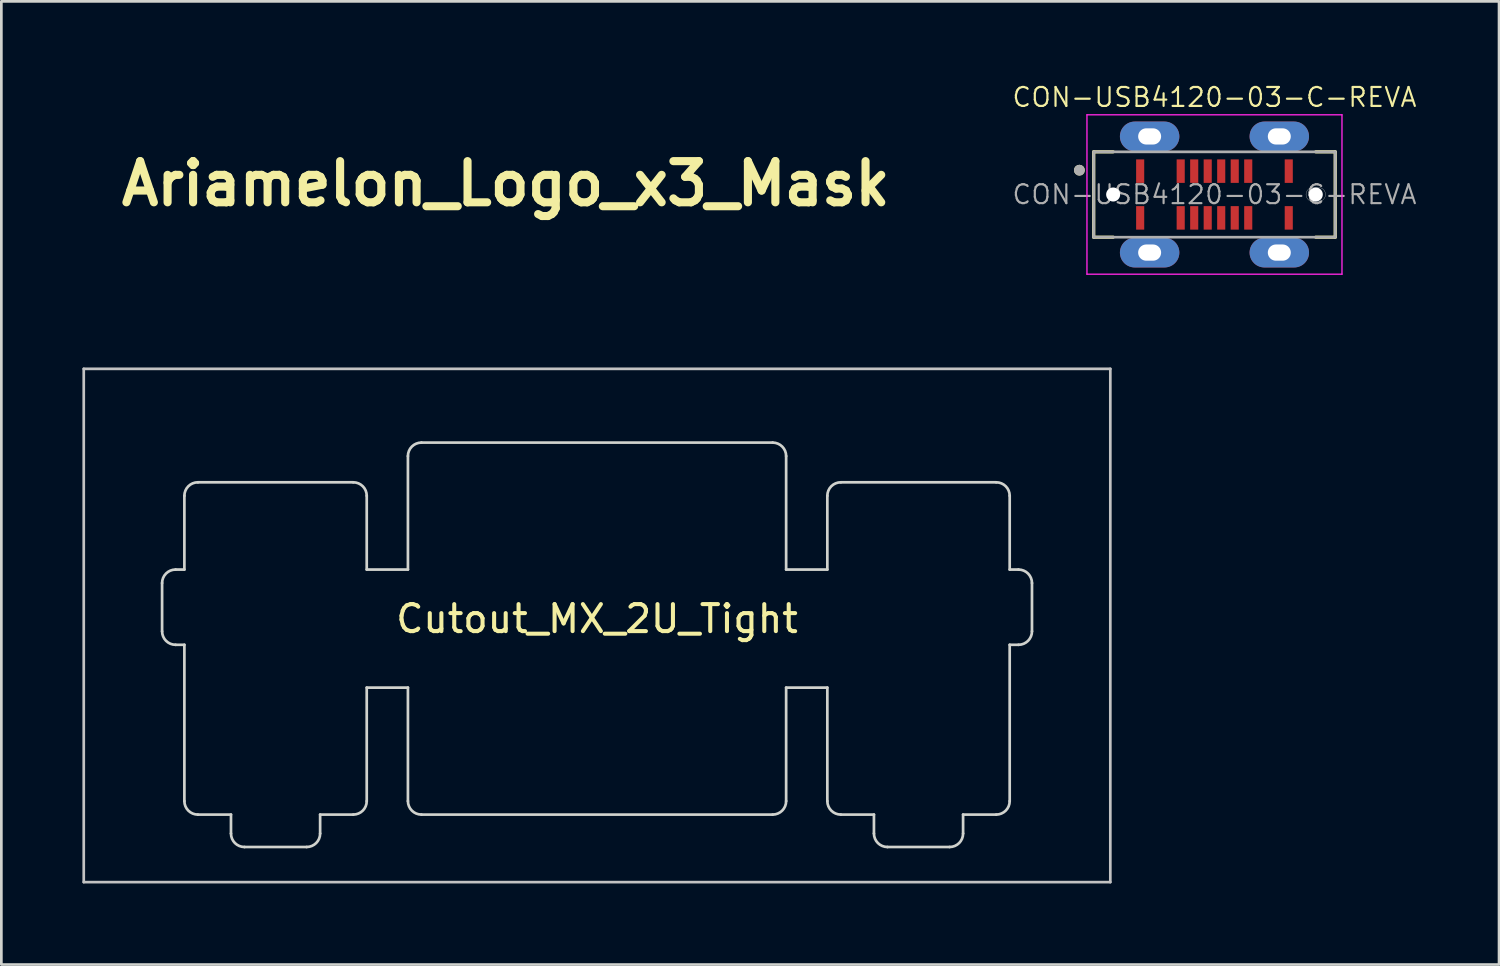
<source format=kicad_pcb>
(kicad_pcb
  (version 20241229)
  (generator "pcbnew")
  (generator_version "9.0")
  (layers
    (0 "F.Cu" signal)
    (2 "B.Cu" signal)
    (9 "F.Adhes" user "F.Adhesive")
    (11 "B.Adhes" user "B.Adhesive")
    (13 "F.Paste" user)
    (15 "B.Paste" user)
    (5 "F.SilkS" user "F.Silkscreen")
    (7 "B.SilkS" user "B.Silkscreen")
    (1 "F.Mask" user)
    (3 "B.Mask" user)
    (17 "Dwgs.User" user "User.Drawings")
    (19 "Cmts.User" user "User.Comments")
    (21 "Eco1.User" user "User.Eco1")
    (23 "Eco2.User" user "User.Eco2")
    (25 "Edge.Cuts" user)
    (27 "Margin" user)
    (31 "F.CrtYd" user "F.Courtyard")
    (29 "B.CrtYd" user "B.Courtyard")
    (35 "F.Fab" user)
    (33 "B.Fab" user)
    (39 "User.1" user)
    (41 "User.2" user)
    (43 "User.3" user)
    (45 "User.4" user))
  (footprint "CON-USB4120-03-C-REVA"
    (layer "F.Cu")
    (at 41.905 4.15)
    (property "Reference" "CON-USB4120-03-C-REVA" (at 0 -3.6 0) (layer "F.SilkS") (effects (font (size 0.7 0.7) (thickness 0.08))))
    (attr smd)
    (fp_line (start -4.47 -1.58) (end -4.47 1.58) (stroke (width 0.12) (type solid)) (layer "F.SilkS"))
    (fp_line (start -4.47 1.58) (end -3.75 1.58) (stroke (width 0.12) (type solid)) (layer "F.SilkS"))
    (fp_line (start -3.75 -1.58) (end -4.47 -1.58) (stroke (width 0.12) (type solid)) (layer "F.SilkS"))
    (fp_line (start 3.75 -1.58) (end 4.47 -1.58) (stroke (width 0.12) (type solid)) (layer "F.SilkS"))
    (fp_line (start 4.47 -1.58) (end 4.47 1.58) (stroke (width 0.12) (type solid)) (layer "F.SilkS"))
    (fp_line (start 4.47 1.58) (end 3.75 1.58) (stroke (width 0.12) (type solid)) (layer "F.SilkS"))
    (fp_circle (center -5 -0.9) (end -4.9 -0.9) (stroke (width 0.2) (type solid)) (fill no) (layer "F.SilkS"))
    (fp_line (start 3.65 -0.26) (end 3.85 -0.26) (stroke (width 0.01) (type solid)) (layer "Edge.Cuts"))
    (fp_line (start 3.85 0.26) (end 3.65 0.26) (stroke (width 0.01) (type solid)) (layer "Edge.Cuts"))
    (fp_arc (start 3.39 0) (mid 3.466152 -0.183848) (end 3.65 -0.26) (stroke (width 0.01) (type solid)) (layer "Edge.Cuts"))
    (fp_arc (start 3.65 0.26) (mid 3.466152 0.183848) (end 3.39 0) (stroke (width 0.01) (type solid)) (layer "Edge.Cuts"))
    (fp_arc (start 3.85 -0.26) (mid 4.033848 -0.183848) (end 4.11 0) (stroke (width 0.01) (type solid)) (layer "Edge.Cuts"))
    (fp_arc (start 4.11 0) (mid 4.033848 0.183848) (end 3.85 0.26) (stroke (width 0.01) (type solid)) (layer "Edge.Cuts"))
    (fp_line (start -4.72 -2.95) (end 4.72 -2.95) (stroke (width 0.05) (type solid)) (layer "F.CrtYd"))
    (fp_line (start -4.72 2.95) (end -4.72 -2.95) (stroke (width 0.05) (type solid)) (layer "F.CrtYd"))
    (fp_line (start 4.72 -2.95) (end 4.72 2.95) (stroke (width 0.05) (type solid)) (layer "F.CrtYd"))
    (fp_line (start 4.72 2.95) (end -4.72 2.95) (stroke (width 0.05) (type solid)) (layer "F.CrtYd"))
    (fp_line (start -4.47 -1.58) (end 4.47 -1.58) (stroke (width 0.1) (type solid)) (layer "F.Fab"))
    (fp_line (start -4.47 1.58) (end -4.47 -1.58) (stroke (width 0.1) (type solid)) (layer "F.Fab"))
    (fp_line (start 4.47 -1.58) (end 4.47 1.58) (stroke (width 0.1) (type solid)) (layer "F.Fab"))
    (fp_line (start 4.47 1.58) (end -4.47 1.58) (stroke (width 0.1) (type solid)) (layer "F.Fab"))
    (fp_circle (center -5 -0.9) (end -4.9 -0.9) (stroke (width 0.2) (type solid)) (fill no) (layer "F.Fab"))
    (fp_text user "${REFERENCE}" (at 0 0 0) (layer "F.Fab") (effects (font (size 0.7 0.7) (thickness 0.08))))
    (pad "" np_thru_hole circle (at -3.75 0) (size 0.52 0.52) (drill 0.52) (layers "*.Cu" "*.Mask"))
    (pad "" np_thru_hole circle (at 3.75 0) (size 0.52 0.52) (drill 0.52) (layers "*.Cu" "*.Mask"))
    (pad "A1" smd rect (at -2.75 -0.865) (size 0.3 0.87) (layers "F.Cu" "F.Mask" "F.Paste"))
    (pad "A4" smd rect (at -1.25 -0.865) (size 0.3 0.87) (layers "F.Cu" "F.Mask" "F.Paste"))
    (pad "A5" smd rect (at -0.75 -0.865) (size 0.3 0.87) (layers "F.Cu" "F.Mask" "F.Paste"))
    (pad "A6" smd rect (at -0.25 -0.865) (size 0.3 0.87) (layers "F.Cu" "F.Mask" "F.Paste"))
    (pad "A7" smd rect (at 0.25 -0.865) (size 0.3 0.87) (layers "F.Cu" "F.Mask" "F.Paste"))
    (pad "A8" smd rect (at 0.75 -0.865) (size 0.3 0.87) (layers "F.Cu" "F.Mask" "F.Paste"))
    (pad "A9" smd rect (at 1.25 -0.865) (size 0.3 0.87) (layers "F.Cu" "F.Mask" "F.Paste"))
    (pad "A12" smd rect (at 2.75 -0.865) (size 0.3 0.87) (layers "F.Cu" "F.Mask" "F.Paste"))
    (pad "B1" smd rect (at 2.75 0.865) (size 0.3 0.87) (layers "F.Cu" "F.Mask" "F.Paste"))
    (pad "B4" smd rect (at 1.25 0.865) (size 0.3 0.87) (layers "F.Cu" "F.Mask" "F.Paste"))
    (pad "B5" smd rect (at 0.75 0.865) (size 0.3 0.87) (layers "F.Cu" "F.Mask" "F.Paste"))
    (pad "B6" smd rect (at 0.25 0.865) (size 0.3 0.87) (layers "F.Cu" "F.Mask" "F.Paste"))
    (pad "B7" smd rect (at -0.25 0.865) (size 0.3 0.87) (layers "F.Cu" "F.Mask" "F.Paste"))
    (pad "B8" smd rect (at -0.75 0.865) (size 0.3 0.87) (layers "F.Cu" "F.Mask" "F.Paste"))
    (pad "B9" smd rect (at -1.25 0.865) (size 0.3 0.87) (layers "F.Cu" "F.Mask" "F.Paste"))
    (pad "B12" smd rect (at -2.75 0.865) (size 0.3 0.87) (layers "F.Cu" "F.Mask" "F.Paste"))
    (pad "S1" thru_hole oval (at -2.4 -2.15) (size 2.2 1.1) (drill oval 0.85 0.6) (layers "*.Cu" "*.Mask"))
    (pad "S1" thru_hole oval (at -2.4 2.15) (size 2.2 1.1) (drill oval 0.85 0.6) (layers "*.Cu" "*.Mask"))
    (pad "S1" thru_hole oval (at 2.4 -2.15) (size 2.2 1.1) (drill oval 0.85 0.6) (layers "*.Cu" "*.Mask"))
    (pad "S1" thru_hole oval (at 2.4 2.15) (size 2.2 1.1) (drill oval 0.85 0.6) (layers "*.Cu" "*.Mask")))
  (footprint "Ariamelon_Logo_x3_Mask"
    (layer "F.Cu")
    (at 15.672 3.749)
    (property "Reference" "Ariamelon_Logo_x3_Mask" (at 0 0 0) (layer "F.SilkS") (effects (font (size 1.524 1.524) (thickness 0.3))))
    (attr board_only exclude_from_pos_files exclude_from_bom)
    (fp_poly (pts (xy -9.737 0.085) (xy -9.772 0.236) (xy -9.906 0.254) (xy -10.115 0.161) (xy -10.075 0.085) (xy -9.774 0.054)) (stroke (width 0) (type solid)) (fill yes) (layer "F.Mask"))
    (fp_poly (pts (xy -9.483 -1.185) (xy -9.452 -0.884) (xy -9.483 -0.847) (xy -9.634 -0.882) (xy -9.652 -1.016) (xy -9.559 -1.225)) (stroke (width 0) (type solid)) (fill yes) (layer "F.Mask"))
    (fp_poly (pts (xy -12.7 1.143) (xy -12.458 1.371) (xy -12.446 1.412) (xy -12.643 1.521) (xy -12.7 1.524) (xy -12.944 1.329) (xy -12.954 1.255) (xy -12.798 1.103)) (stroke (width 0) (type solid)) (fill yes) (layer "F.Mask"))
    (fp_poly (pts (xy -10.942 0.139) (xy -10.922 0.224) (xy -11.107 0.583) (xy -11.176 0.635) (xy -11.41 0.623) (xy -11.43 0.538) (xy -11.245 0.179) (xy -11.176 0.127)) (stroke (width 0) (type solid)) (fill yes) (layer "F.Mask"))
    (fp_poly (pts (xy -8.469 -1.876) (xy -8.509 -1.778) (xy -8.737 -1.536) (xy -8.778 -1.524) (xy -8.887 -1.721) (xy -8.89 -1.778) (xy -8.695 -2.022) (xy -8.621 -2.032)) (stroke (width 0) (type solid)) (fill yes) (layer "F.Mask"))
    (fp_poly (pts (xy -3.563 -1.585) (xy -3.556 -1.524) (xy -3.749 -1.277) (xy -3.81 -1.27) (xy -4.057 -1.463) (xy -4.064 -1.524) (xy -3.871 -1.771) (xy -3.81 -1.778)) (stroke (width 0) (type solid)) (fill yes) (layer "F.Mask"))
    (fp_poly (pts (xy -7.112 -3.749) (xy -6.781 -3.44) (xy -6.645 -2.691) (xy -6.705 -1.531) (xy -6.873 -0.444) (xy -7.037 0.619) (xy -7.051 1.344) (xy -6.916 1.879) (xy -6.898 1.919) (xy -6.596 2.381) (xy -6.349 2.364) (xy -6.177 1.895) (xy -6.099 1.002) (xy -6.096 0.747) (xy -6.057 -0.059) (xy -5.956 -0.604) (xy -5.842 -0.762) (xy -5.595 -0.575) (xy -5.588 -0.516) (xy -5.402 -0.349) (xy -5.271 -0.368) (xy -4.381 -0.62) (xy -3.866 -0.663) (xy -3.62 -0.457) (xy -3.537 0.039) (xy -3.527 0.313) (xy -3.486 0.85) (xy -3.415 0.995) (xy -3.373 0.889) (xy -2.993 0.065) (xy -2.427 -0.373) (xy -1.787 -0.452) (xy -1.185 -0.197) (xy -0.731 0.365) (xy -0.54 1.208) (xy -0.553 1.546) (xy -0.521 2.182) (xy -0.318 2.472) (xy -0.123 2.378) (xy -0.022 1.885) (xy 0 1.179) (xy 0.065 0.186) (xy 0.268 -0.332) (xy 0.624 -0.391) (xy 1.032 -0.113) (xy 1.427 0.186) (xy 1.732 0.125) (xy 2.016 -0.113) (xy 2.507 -0.413) (xy 2.839 -0.264) (xy 3.025 0.352) (xy 3.076 1.094) (xy 3.104 2.413) (xy 3.321 1.306) (xy 3.427 0.929) (xy 4.064 0.929) (xy 4.164 1.156) (xy 4.539 1.033) (xy 4.558 1.024) (xy 5.021 0.709) (xy 5.197 0.524) (xy 5.162 0.201) (xy 5.073 0.123) (xy 4.676 0.126) (xy 4.274 0.432) (xy 4.066 0.88) (xy 4.064 0.929) (xy 3.427 0.929) (xy 3.606 0.291) (xy 3.999 -0.289) (xy 4.554 -0.503) (xy 4.679 -0.508) (xy 5.409 -0.345) (xy 5.77 0.072) (xy 5.748 0.634) (xy 5.332 1.233) (xy 4.925 1.541) (xy 4.378 1.914) (xy 4.227 2.149) (xy 4.415 2.335) (xy 4.422 2.339) (xy 5.096 2.459) (xy 5.752 2.143) (xy 6.198 1.569) (xy 6.408 0.842) (xy 6.453 -0.245) (xy 6.419 -0.896) (xy 6.383 -1.651) (xy 6.922 -1.651) (xy 6.942 -1.128) (xy 7 -0.993) (xy 7.033 -1.077) (xy 7.08 -1.687) (xy 7.038 -2.093) (xy 6.971 -2.233) (xy 6.929 -1.928) (xy 6.922 -1.651) (xy 6.383 -1.651) (xy 6.372 -1.903) (xy 6.419 -2.529) (xy 6.576 -2.897) (xy 6.69 -3.014) (xy 7.13 -3.215) (xy 7.355 -3.182) (xy 7.524 -2.823) (xy 7.6 -2.105) (xy 7.583 -1.17) (xy 7.474 -0.16) (xy 7.356 0.455) (xy 7.227 1.458) (xy 7.369 2.101) (xy 7.765 2.35) (xy 8.26 2.238) (xy 8.78 1.923) (xy 8.826 1.61) (xy 8.509 1.27) (xy 8.16 0.775) (xy 8.23 0.51) (xy 8.869 0.51) (xy 8.98 0.972) (xy 9.299 1.463) (xy 9.751 1.979) (xy 10.095 2.265) (xy 10.16 2.286) (xy 10.439 2.103) (xy 10.872 1.647) (xy 11.021 1.463) (xy 11.399 0.836) (xy 11.426 0.436) (xy 11.125 0.333) (xy 10.695 0.493) (xy 10.071 0.648) (xy 9.625 0.493) (xy 9.091 0.327) (xy 8.869 0.51) (xy 8.23 0.51) (xy 8.301 0.243) (xy 8.636 -0.127) (xy 9.035 -0.436) (xy 9.337 -0.389) (xy 9.652 -0.127) (xy 10.049 0.18) (xy 10.35 0.136) (xy 10.677 -0.135) (xy 11.064 -0.438) (xy 11.352 -0.407) (xy 11.741 -0.056) (xy 12.102 0.389) (xy 12.107 0.786) (xy 11.956 1.11) (xy 11.77 1.728) (xy 11.902 2.164) (xy 12.207 2.286) (xy 12.339 2.057) (xy 12.426 1.466) (xy 12.446 0.918) (xy 12.446 -0.449) (xy 13.613 -0.41) (xy 14.578 -0.268) (xy 15.11 0.08) (xy 15.336 0.572) (xy 15.531 1.295) (xy 15.663 2.066) (xy 15.7 2.7) (xy 15.626 3) (xy 15.39 2.988) (xy 15.161 2.619) (xy 15.011 2.038) (xy 14.99 1.733) (xy 14.811 1.015) (xy 14.374 0.464) (xy 13.834 0.254) (xy 13.415 0.481) (xy 13.092 1.054) (xy 12.954 1.811) (xy 12.954 1.857) (xy 12.804 2.471) (xy 12.568 2.798) (xy 12.203 2.972) (xy 11.808 2.774) (xy 11.679 2.663) (xy 11.281 2.357) (xy 10.979 2.408) (xy 10.673 2.663) (xy 10.24 2.959) (xy 9.89 2.879) (xy 9.776 2.791) (xy 9.419 2.608) (xy 8.926 2.638) (xy 8.344 2.807) (xy 7.667 3) (xy 7.288 2.994) (xy 7.035 2.778) (xy 7.011 2.745) (xy 6.735 2.488) (xy 6.369 2.536) (xy 6.047 2.691) (xy 5.359 2.895) (xy 4.417 2.984) (xy 4.026 2.979) (xy 3.217 2.912) (xy 2.789 2.771) (xy 2.616 2.507) (xy 2.597 2.412) (xy 2.424 1.467) (xy 2.252 0.974) (xy 2.058 0.877) (xy 2.025 0.894) (xy 1.867 1.223) (xy 1.783 1.853) (xy 1.778 2.047) (xy 1.721 2.678) (xy 1.578 3.025) (xy 1.524 3.048) (xy 1.364 2.823) (xy 1.276 2.261) (xy 1.27 2.047) (xy 1.213 1.372) (xy 1.071 0.941) (xy 1.023 0.894) (xy 0.824 0.935) (xy 0.649 1.366) (xy 0.478 2.242) (xy 0.451 2.413) (xy 0.315 2.73) (xy -0.059 2.898) (xy -0.8 2.975) (xy -0.874 2.978) (xy -1.678 2.955) (xy -2.301 2.831) (xy -2.477 2.741) (xy -2.831 2.589) (xy -3.057 2.808) (xy -3.349 3.026) (xy -3.629 2.794) (xy -3.862 2.17) (xy -4.005 1.285) (xy -4.033 1.087) (xy -2.734 1.087) (xy -2.574 1.691) (xy -2.232 2.155) (xy -1.905 2.286) (xy -1.523 2.077) (xy -1.215 1.631) (xy -1.078 0.922) (xy -1.304 0.376) (xy -1.83 0.13) (xy -1.905 0.127) (xy -2.411 0.324) (xy -2.626 0.552) (xy -2.734 1.087) (xy -4.033 1.087) (xy -4.115 0.504) (xy -4.286 0.115) (xy -4.574 0.001) (xy -4.611 0) (xy -5.068 0.233) (xy -5.409 0.858) (xy -5.578 1.761) (xy -5.588 2.057) (xy -5.733 2.73) (xy -6.096 3.033) (xy -6.569 2.985) (xy -7.044 2.605) (xy -7.411 1.912) (xy -7.466 1.726) (xy -7.692 0.834) (xy -8.694 1.836) (xy -10.116 2.964) (xy -11.665 3.612) (xy -13.243 3.804) (xy -14.298 3.736) (xy -15.016 3.497) (xy -15.275 3.32) (xy -15.604 2.942) (xy -15.163 2.942) (xy -14.733 3.214) (xy -14.668 3.246) (xy -13.535 3.518) (xy -12.142 3.379) (xy -11.354 3.153) (xy -10.319 2.634) (xy -9.247 1.825) (xy -8.268 0.851) (xy -7.507 -0.162) (xy -7.108 -1.03) (xy -6.921 -2.059) (xy -6.942 -2.887) (xy -7.162 -3.401) (xy -7.314 -3.498) (xy -7.529 -3.436) (xy -7.486 -2.983) (xy -7.485 -2.98) (xy -7.461 -2.059) (xy -7.735 -0.977) (xy -8.245 0.069) (xy -8.629 0.588) (xy -9.286 1.196) (xy -10.158 1.828) (xy -10.673 2.137) (xy -11.502 2.544) (xy -12.211 2.739) (xy -13.046 2.774) (xy -13.612 2.747) (xy -14.613 2.713) (xy -15.127 2.777) (xy -15.163 2.942) (xy -15.604 2.942) (xy -15.672 2.864) (xy -15.621 2.578) (xy -15.406 2.386) (xy -14.547 2.386) (xy -14.089 2.546) (xy -13.316 2.544) (xy -12.387 2.401) (xy -11.46 2.137) (xy -10.954 1.921) (xy -9.649 1.058) (xy -8.616 -0.03) (xy -7.962 -1.224) (xy -7.889 -1.454) (xy -7.664 -2.415) (xy -7.649 -2.935) (xy -7.772 -3.048) (xy -8.021 -2.9) (xy -8.579 -2.499) (xy -9.359 -1.909) (xy -10.121 -1.316) (xy -11.17 -0.492) (xy -12.214 0.323) (xy -13.103 1.012) (xy -13.51 1.325) (xy -14.118 1.83) (xy -14.489 2.22) (xy -14.547 2.386) (xy -15.406 2.386) (xy -15.126 2.136) (xy -14.355 1.504) (xy -13.38 0.738) (xy -12.276 -0.108) (xy -11.119 -0.978) (xy -9.981 -1.816) (xy -8.939 -2.567) (xy -8.065 -3.177) (xy -7.435 -3.589) (xy -7.123 -3.749)) (stroke (width 0) (type solid)) (fill yes) (layer "F.Mask")))
  (footprint "Cutout_MX_2U_Tight"
    (layer "F.Cu")
    (at 19.05 20.103)
    (property "Reference" "Cutout_MX_2U_Tight" (at 0 -0.246 180) (layer "F.SilkS") (effects (font (size 1 1) (thickness 0.15))))
    (attr through_hole)
    (fp_line (start -19 -9.5) (end 19 -9.5) (stroke (width 0.1) (type solid)) (layer "Dwgs.User"))
    (fp_line (start -19 9.5) (end -19 -9.5) (stroke (width 0.1) (type solid)) (layer "Dwgs.User"))
    (fp_line (start 19 -9.5) (end 19 9.5) (stroke (width 0.1) (type solid)) (layer "Dwgs.User"))
    (fp_line (start 19 9.5) (end -19 9.5) (stroke (width 0.1) (type solid)) (layer "Dwgs.User"))
    (fp_line (start -16.1 0.215) (end -16.1 -1.57) (stroke (width 0.1) (type default)) (layer "Edge.Cuts"))
    (fp_line (start -15.275 -2.07) (end -15.6 -2.07) (stroke (width 0.1) (type default)) (layer "Edge.Cuts"))
    (fp_line (start -15.275 -2.07) (end -15.275 -4.8) (stroke (width 0.1) (type default)) (layer "Edge.Cuts"))
    (fp_line (start -15.275 0.715) (end -15.6 0.715) (stroke (width 0.1) (type default)) (layer "Edge.Cuts"))
    (fp_line (start -15.275 6.5) (end -15.275 0.715) (stroke (width 0.1) (type default)) (layer "Edge.Cuts"))
    (fp_line (start -14.775 -5.3) (end -9.025 -5.3) (stroke (width 0.1) (type default)) (layer "Edge.Cuts"))
    (fp_line (start -13.55 7) (end -14.775 7) (stroke (width 0.1) (type default)) (layer "Edge.Cuts"))
    (fp_line (start -13.55 7.7) (end -13.55 7) (stroke (width 0.1) (type default)) (layer "Edge.Cuts"))
    (fp_line (start -10.75 8.2) (end -13.05 8.2) (stroke (width 0.1) (type default)) (layer "Edge.Cuts"))
    (fp_line (start -10.25 7) (end -10.25 7.7) (stroke (width 0.1) (type default)) (layer "Edge.Cuts"))
    (fp_line (start -9.025 7) (end -10.25 7) (stroke (width 0.1) (type default)) (layer "Edge.Cuts"))
    (fp_line (start -8.525 -2.07) (end -8.525 -4.8) (stroke (width 0.1) (type default)) (layer "Edge.Cuts"))
    (fp_line (start -8.525 2.3) (end -8.525 6.5) (stroke (width 0.1) (type default)) (layer "Edge.Cuts"))
    (fp_line (start -7 -2.07) (end -8.525 -2.07) (stroke (width 0.1) (type default)) (layer "Edge.Cuts"))
    (fp_line (start -7 -2.07) (end -7 -6.27) (stroke (width 0.1) (type default)) (layer "Edge.Cuts"))
    (fp_line (start -7 2.3) (end -8.525 2.3) (stroke (width 0.1) (type default)) (layer "Edge.Cuts"))
    (fp_line (start -7 6.5) (end -7 2.3) (stroke (width 0.1) (type default)) (layer "Edge.Cuts"))
    (fp_line (start -6.5 -6.77) (end 6.5 -6.77) (stroke (width 0.1) (type default)) (layer "Edge.Cuts"))
    (fp_line (start -6.5 7) (end 6.5 7) (stroke (width 0.1) (type default)) (layer "Edge.Cuts"))
    (fp_line (start 7 -2.07) (end 7 -6.27) (stroke (width 0.1) (type default)) (layer "Edge.Cuts"))
    (fp_line (start 7 2.3) (end 8.525 2.3) (stroke (width 0.1) (type default)) (layer "Edge.Cuts"))
    (fp_line (start 7 6.5) (end 7 2.3) (stroke (width 0.1) (type default)) (layer "Edge.Cuts"))
    (fp_line (start 8.525 -2.07) (end 7 -2.07) (stroke (width 0.1) (type default)) (layer "Edge.Cuts"))
    (fp_line (start 8.525 -2.07) (end 8.525 -4.8) (stroke (width 0.1) (type default)) (layer "Edge.Cuts"))
    (fp_line (start 8.525 2.3) (end 8.525 6.5) (stroke (width 0.1) (type default)) (layer "Edge.Cuts"))
    (fp_line (start 9.025 7) (end 10.25 7) (stroke (width 0.1) (type default)) (layer "Edge.Cuts"))
    (fp_line (start 10.25 7) (end 10.25 7.7) (stroke (width 0.1) (type default)) (layer "Edge.Cuts"))
    (fp_line (start 10.75 8.2) (end 13.05 8.2) (stroke (width 0.1) (type default)) (layer "Edge.Cuts"))
    (fp_line (start 13.55 7) (end 14.775 7) (stroke (width 0.1) (type default)) (layer "Edge.Cuts"))
    (fp_line (start 13.55 7.7) (end 13.55 7) (stroke (width 0.1) (type default)) (layer "Edge.Cuts"))
    (fp_line (start 14.775 -5.3) (end 9.025 -5.3) (stroke (width 0.1) (type default)) (layer "Edge.Cuts"))
    (fp_line (start 15.275 -2.07) (end 15.275 -4.8) (stroke (width 0.1) (type default)) (layer "Edge.Cuts"))
    (fp_line (start 15.275 -2.07) (end 15.6 -2.07) (stroke (width 0.1) (type default)) (layer "Edge.Cuts"))
    (fp_line (start 15.275 0.715) (end 15.6 0.715) (stroke (width 0.1) (type default)) (layer "Edge.Cuts"))
    (fp_line (start 15.275 6.5) (end 15.275 0.715) (stroke (width 0.1) (type default)) (layer "Edge.Cuts"))
    (fp_line (start 16.1 0.215) (end 16.1 -1.57) (stroke (width 0.1) (type default)) (layer "Edge.Cuts"))
    (fp_arc (start -16.1 -1.57) (mid -15.953553 -1.923553) (end -15.6 -2.07) (stroke (width 0.1) (type solid)) (layer "Edge.Cuts"))
    (fp_arc (start -15.6 0.715) (mid -15.953553 0.568553) (end -16.1 0.215) (stroke (width 0.1) (type solid)) (layer "Edge.Cuts"))
    (fp_arc (start -15.275 -4.8) (mid -15.128553 -5.153553) (end -14.775 -5.3) (stroke (width 0.1) (type solid)) (layer "Edge.Cuts"))
    (fp_arc (start -14.775 7) (mid -15.128553 6.853553) (end -15.275 6.5) (stroke (width 0.1) (type solid)) (layer "Edge.Cuts"))
    (fp_arc (start -13.05 8.2) (mid -13.403553 8.053553) (end -13.55 7.7) (stroke (width 0.1) (type solid)) (layer "Edge.Cuts"))
    (fp_arc (start -10.25 7.7) (mid -10.396447 8.053553) (end -10.75 8.2) (stroke (width 0.1) (type solid)) (layer "Edge.Cuts"))
    (fp_arc (start -9.025 -5.3) (mid -8.671447 -5.153553) (end -8.525 -4.8) (stroke (width 0.1) (type solid)) (layer "Edge.Cuts"))
    (fp_arc (start -8.525 6.5) (mid -8.671447 6.853553) (end -9.025 7) (stroke (width 0.1) (type solid)) (layer "Edge.Cuts"))
    (fp_arc (start -7.000001 -6.270001) (mid -6.853554 -6.623554) (end -6.500001 -6.770001) (stroke (width 0.1) (type solid)) (layer "Edge.Cuts"))
    (fp_arc (start -6.5 7) (mid -6.853553 6.853553) (end -7 6.5) (stroke (width 0.1) (type solid)) (layer "Edge.Cuts"))
    (fp_arc (start 6.5 -6.77) (mid 6.853553 -6.623553) (end 7 -6.27) (stroke (width 0.1) (type solid)) (layer "Edge.Cuts"))
    (fp_arc (start 7.000001 6.500001) (mid 6.853554 6.853554) (end 6.500001 7.000001) (stroke (width 0.1) (type solid)) (layer "Edge.Cuts"))
    (fp_arc (start 8.525 -4.8) (mid 8.671447 -5.153553) (end 9.025 -5.3) (stroke (width 0.1) (type solid)) (layer "Edge.Cuts"))
    (fp_arc (start 9.025 7) (mid 8.671447 6.853553) (end 8.525 6.5) (stroke (width 0.1) (type solid)) (layer "Edge.Cuts"))
    (fp_arc (start 10.75 8.2) (mid 10.396447 8.053553) (end 10.25 7.7) (stroke (width 0.1) (type solid)) (layer "Edge.Cuts"))
    (fp_arc (start 13.55 7.7) (mid 13.403553 8.053553) (end 13.05 8.2) (stroke (width 0.1) (type solid)) (layer "Edge.Cuts"))
    (fp_arc (start 14.775 -5.3) (mid 15.128553 -5.153553) (end 15.275 -4.8) (stroke (width 0.1) (type solid)) (layer "Edge.Cuts"))
    (fp_arc (start 15.275 6.5) (mid 15.128553 6.853553) (end 14.775 7) (stroke (width 0.1) (type solid)) (layer "Edge.Cuts"))
    (fp_arc (start 15.6 -2.07) (mid 15.953553 -1.923553) (end 16.1 -1.57) (stroke (width 0.1) (type solid)) (layer "Edge.Cuts"))
    (fp_arc (start 16.1 0.215) (mid 15.953553 0.568553) (end 15.6 0.715) (stroke (width 0.1) (type solid)) (layer "Edge.Cuts")))
  (gr_rect
    (start -3 -3)
    (end 52.439 32.653)
    (stroke (width 0.1) (type default))
    (fill no)
    (layer "Edge.Cuts")))
</source>
